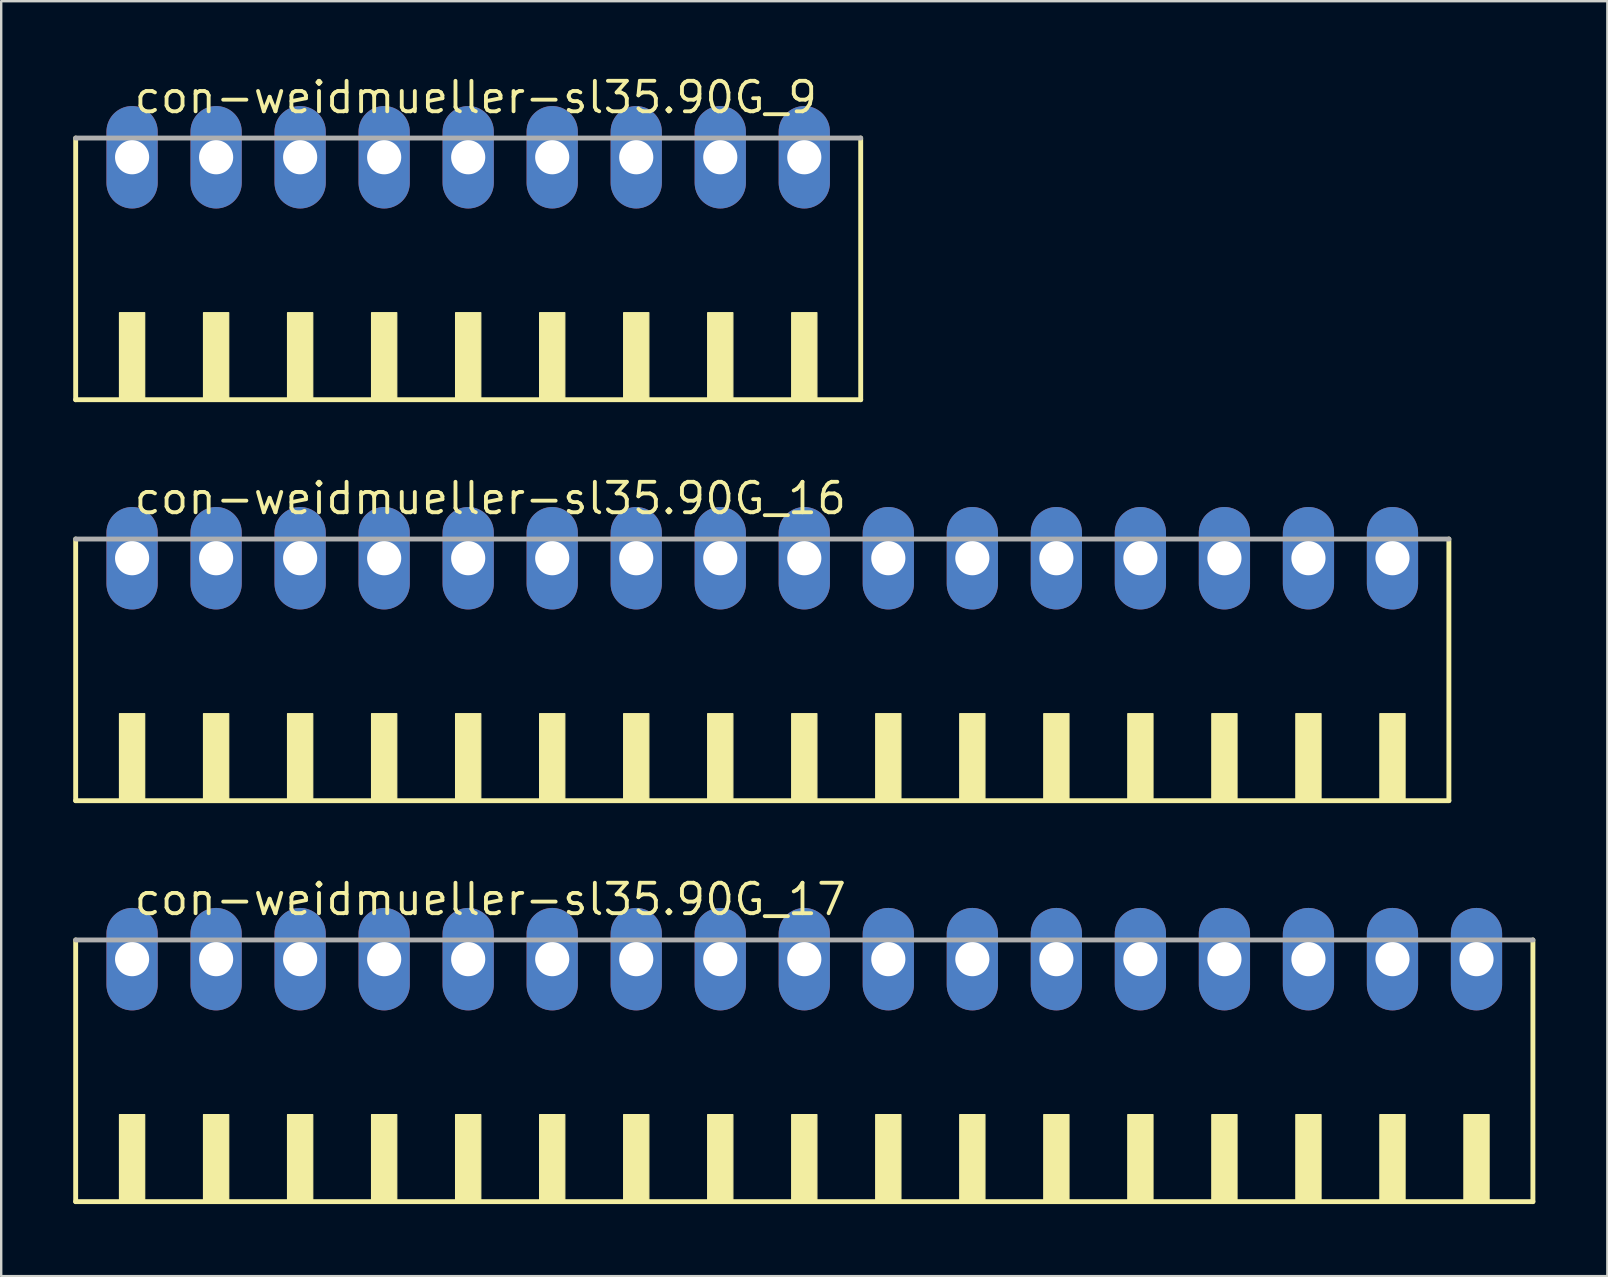
<source format=kicad_pcb>
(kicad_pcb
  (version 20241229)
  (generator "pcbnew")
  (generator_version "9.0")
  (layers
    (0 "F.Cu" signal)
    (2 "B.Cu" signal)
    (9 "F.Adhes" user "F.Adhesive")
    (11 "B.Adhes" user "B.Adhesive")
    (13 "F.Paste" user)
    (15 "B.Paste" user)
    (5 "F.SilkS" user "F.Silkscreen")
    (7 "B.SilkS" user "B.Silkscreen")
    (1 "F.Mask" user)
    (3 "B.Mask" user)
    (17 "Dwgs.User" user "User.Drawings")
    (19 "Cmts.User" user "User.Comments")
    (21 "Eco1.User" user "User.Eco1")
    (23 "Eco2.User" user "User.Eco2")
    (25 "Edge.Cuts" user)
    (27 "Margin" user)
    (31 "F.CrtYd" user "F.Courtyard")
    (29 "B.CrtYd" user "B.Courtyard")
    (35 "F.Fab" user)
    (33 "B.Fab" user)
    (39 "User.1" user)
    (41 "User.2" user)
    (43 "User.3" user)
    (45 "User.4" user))
  (footprint "con-weidmueller-sl35.90G_9"
    (layer "F.Cu")
    (at 16.452 8.75)
    (property "Reference" "con-weidmueller-sl35.90G_9" (at -14 -7 0) (layer "F.SilkS") (effects (font (size 1.27 1.27) (thickness 0.16)) (justify left bottom)))
    (attr through_hole)
    (fp_line (start -16.35 -6.05) (end -16.35 4.85) (stroke (width 0.203) (type default)) (layer "F.SilkS"))
    (fp_line (start -16.35 4.85) (end 16.35 4.85) (stroke (width 0.203) (type default)) (layer "F.SilkS"))
    (fp_line (start 16.35 4.85) (end 16.35 -6.05) (stroke (width 0.203) (type default)) (layer "F.SilkS"))
    (fp_rect (start -14.525 4.9) (end -13.475 1.225) (stroke (width 0.05) (type default)) (fill yes) (layer "F.SilkS"))
    (fp_rect (start -11.025 4.9) (end -9.975 1.225) (stroke (width 0.05) (type default)) (fill yes) (layer "F.SilkS"))
    (fp_rect (start -7.525 4.9) (end -6.475 1.225) (stroke (width 0.05) (type default)) (fill yes) (layer "F.SilkS"))
    (fp_rect (start -4.025 4.9) (end -2.975 1.225) (stroke (width 0.05) (type default)) (fill yes) (layer "F.SilkS"))
    (fp_rect (start -0.525 4.9) (end 0.525 1.225) (stroke (width 0.05) (type default)) (fill yes) (layer "F.SilkS"))
    (fp_rect (start 2.975 4.9) (end 4.025 1.225) (stroke (width 0.05) (type default)) (fill yes) (layer "F.SilkS"))
    (fp_rect (start 6.475 4.9) (end 7.525 1.225) (stroke (width 0.05) (type default)) (fill yes) (layer "F.SilkS"))
    (fp_rect (start 9.975 4.9) (end 11.025 1.225) (stroke (width 0.05) (type default)) (fill yes) (layer "F.SilkS"))
    (fp_rect (start 13.475 4.9) (end 14.525 1.225) (stroke (width 0.05) (type default)) (fill yes) (layer "F.SilkS"))
    (fp_line (start 16.35 -6.05) (end -16.35 -6.05) (stroke (width 0.203) (type default)) (layer "F.Fab"))
    (pad "1" thru_hole oval (at -14 -5.25 90) (size 4.267 2.134) (drill 1.422) (layers "*.Cu" "*.Mask"))
    (pad "2" thru_hole oval (at -10.5 -5.25 90) (size 4.267 2.134) (drill 1.422) (layers "*.Cu" "*.Mask"))
    (pad "3" thru_hole oval (at -7 -5.25 90) (size 4.267 2.134) (drill 1.422) (layers "*.Cu" "*.Mask"))
    (pad "4" thru_hole oval (at -3.5 -5.25 90) (size 4.267 2.134) (drill 1.422) (layers "*.Cu" "*.Mask"))
    (pad "5" thru_hole oval (at 0 -5.25 90) (size 4.267 2.134) (drill 1.422) (layers "*.Cu" "*.Mask"))
    (pad "6" thru_hole oval (at 3.5 -5.25 90) (size 4.267 2.134) (drill 1.422) (layers "*.Cu" "*.Mask"))
    (pad "7" thru_hole oval (at 7 -5.25 90) (size 4.267 2.134) (drill 1.422) (layers "*.Cu" "*.Mask"))
    (pad "8" thru_hole oval (at 10.5 -5.25 90) (size 4.267 2.134) (drill 1.422) (layers "*.Cu" "*.Mask"))
    (pad "9" thru_hole oval (at 14 -5.25 90) (size 4.267 2.134) (drill 1.422) (layers "*.Cu" "*.Mask")))
  (footprint "con-weidmueller-sl35.90G_17"
    (layer "F.Cu")
    (at 30.452 42.153)
    (property "Reference" "con-weidmueller-sl35.90G_17" (at -28 -7 0) (layer "F.SilkS") (effects (font (size 1.27 1.27) (thickness 0.16)) (justify left bottom)))
    (attr through_hole)
    (fp_line (start -30.35 -6.05) (end -30.35 4.85) (stroke (width 0.203) (type default)) (layer "F.SilkS"))
    (fp_line (start -30.35 4.85) (end 30.35 4.85) (stroke (width 0.203) (type default)) (layer "F.SilkS"))
    (fp_line (start 30.35 4.85) (end 30.35 -6.05) (stroke (width 0.203) (type default)) (layer "F.SilkS"))
    (fp_rect (start -28.525 4.9) (end -27.475 1.225) (stroke (width 0.05) (type default)) (fill yes) (layer "F.SilkS"))
    (fp_rect (start -25.025 4.9) (end -23.975 1.225) (stroke (width 0.05) (type default)) (fill yes) (layer "F.SilkS"))
    (fp_rect (start -21.525 4.9) (end -20.475 1.225) (stroke (width 0.05) (type default)) (fill yes) (layer "F.SilkS"))
    (fp_rect (start -18.025 4.9) (end -16.975 1.225) (stroke (width 0.05) (type default)) (fill yes) (layer "F.SilkS"))
    (fp_rect (start -14.525 4.9) (end -13.475 1.225) (stroke (width 0.05) (type default)) (fill yes) (layer "F.SilkS"))
    (fp_rect (start -11.025 4.9) (end -9.975 1.225) (stroke (width 0.05) (type default)) (fill yes) (layer "F.SilkS"))
    (fp_rect (start -7.525 4.9) (end -6.475 1.225) (stroke (width 0.05) (type default)) (fill yes) (layer "F.SilkS"))
    (fp_rect (start -4.025 4.9) (end -2.975 1.225) (stroke (width 0.05) (type default)) (fill yes) (layer "F.SilkS"))
    (fp_rect (start -0.525 4.9) (end 0.525 1.225) (stroke (width 0.05) (type default)) (fill yes) (layer "F.SilkS"))
    (fp_rect (start 2.975 4.9) (end 4.025 1.225) (stroke (width 0.05) (type default)) (fill yes) (layer "F.SilkS"))
    (fp_rect (start 6.475 4.9) (end 7.525 1.225) (stroke (width 0.05) (type default)) (fill yes) (layer "F.SilkS"))
    (fp_rect (start 9.975 4.9) (end 11.025 1.225) (stroke (width 0.05) (type default)) (fill yes) (layer "F.SilkS"))
    (fp_rect (start 13.475 4.9) (end 14.525 1.225) (stroke (width 0.05) (type default)) (fill yes) (layer "F.SilkS"))
    (fp_rect (start 16.975 4.9) (end 18.025 1.225) (stroke (width 0.05) (type default)) (fill yes) (layer "F.SilkS"))
    (fp_rect (start 20.475 4.9) (end 21.525 1.225) (stroke (width 0.05) (type default)) (fill yes) (layer "F.SilkS"))
    (fp_rect (start 23.975 4.9) (end 25.025 1.225) (stroke (width 0.05) (type default)) (fill yes) (layer "F.SilkS"))
    (fp_rect (start 27.475 4.9) (end 28.525 1.225) (stroke (width 0.05) (type default)) (fill yes) (layer "F.SilkS"))
    (fp_line (start 30.35 -6.05) (end -30.35 -6.05) (stroke (width 0.203) (type default)) (layer "F.Fab"))
    (pad "1" thru_hole oval (at -28 -5.25 90) (size 4.267 2.134) (drill 1.422) (layers "*.Cu" "*.Mask"))
    (pad "2" thru_hole oval (at -24.5 -5.25 90) (size 4.267 2.134) (drill 1.422) (layers "*.Cu" "*.Mask"))
    (pad "3" thru_hole oval (at -21 -5.25 90) (size 4.267 2.134) (drill 1.422) (layers "*.Cu" "*.Mask"))
    (pad "4" thru_hole oval (at -17.5 -5.25 90) (size 4.267 2.134) (drill 1.422) (layers "*.Cu" "*.Mask"))
    (pad "5" thru_hole oval (at -14 -5.25 90) (size 4.267 2.134) (drill 1.422) (layers "*.Cu" "*.Mask"))
    (pad "6" thru_hole oval (at -10.5 -5.25 90) (size 4.267 2.134) (drill 1.422) (layers "*.Cu" "*.Mask"))
    (pad "7" thru_hole oval (at -7 -5.25 90) (size 4.267 2.134) (drill 1.422) (layers "*.Cu" "*.Mask"))
    (pad "8" thru_hole oval (at -3.5 -5.25 90) (size 4.267 2.134) (drill 1.422) (layers "*.Cu" "*.Mask"))
    (pad "9" thru_hole oval (at 0 -5.25 90) (size 4.267 2.134) (drill 1.422) (layers "*.Cu" "*.Mask"))
    (pad "10" thru_hole oval (at 3.5 -5.25 90) (size 4.267 2.134) (drill 1.422) (layers "*.Cu" "*.Mask"))
    (pad "11" thru_hole oval (at 7 -5.25 90) (size 4.267 2.134) (drill 1.422) (layers "*.Cu" "*.Mask"))
    (pad "12" thru_hole oval (at 10.5 -5.25 90) (size 4.267 2.134) (drill 1.422) (layers "*.Cu" "*.Mask"))
    (pad "13" thru_hole oval (at 14 -5.25 90) (size 4.267 2.134) (drill 1.422) (layers "*.Cu" "*.Mask"))
    (pad "14" thru_hole oval (at 17.5 -5.25 90) (size 4.267 2.134) (drill 1.422) (layers "*.Cu" "*.Mask"))
    (pad "15" thru_hole oval (at 21 -5.25 90) (size 4.267 2.134) (drill 1.422) (layers "*.Cu" "*.Mask"))
    (pad "16" thru_hole oval (at 24.5 -5.25 90) (size 4.267 2.134) (drill 1.422) (layers "*.Cu" "*.Mask"))
    (pad "17" thru_hole oval (at 28 -5.25 90) (size 4.267 2.134) (drill 1.422) (layers "*.Cu" "*.Mask")))
  (footprint "con-weidmueller-sl35.90G_16"
    (layer "F.Cu")
    (at 28.702 25.452)
    (property "Reference" "con-weidmueller-sl35.90G_16" (at -26.25 -7 0) (layer "F.SilkS") (effects (font (size 1.27 1.27) (thickness 0.16)) (justify left bottom)))
    (attr through_hole)
    (fp_line (start -28.6 -6.05) (end -28.6 4.85) (stroke (width 0.203) (type default)) (layer "F.SilkS"))
    (fp_line (start -28.6 4.85) (end 28.6 4.85) (stroke (width 0.203) (type default)) (layer "F.SilkS"))
    (fp_line (start 28.6 4.85) (end 28.6 -6.05) (stroke (width 0.203) (type default)) (layer "F.SilkS"))
    (fp_rect (start -26.775 4.9) (end -25.725 1.225) (stroke (width 0.05) (type default)) (fill yes) (layer "F.SilkS"))
    (fp_rect (start -23.275 4.9) (end -22.225 1.225) (stroke (width 0.05) (type default)) (fill yes) (layer "F.SilkS"))
    (fp_rect (start -19.775 4.9) (end -18.725 1.225) (stroke (width 0.05) (type default)) (fill yes) (layer "F.SilkS"))
    (fp_rect (start -16.275 4.9) (end -15.225 1.225) (stroke (width 0.05) (type default)) (fill yes) (layer "F.SilkS"))
    (fp_rect (start -12.775 4.9) (end -11.725 1.225) (stroke (width 0.05) (type default)) (fill yes) (layer "F.SilkS"))
    (fp_rect (start -9.275 4.9) (end -8.225 1.225) (stroke (width 0.05) (type default)) (fill yes) (layer "F.SilkS"))
    (fp_rect (start -5.775 4.9) (end -4.725 1.225) (stroke (width 0.05) (type default)) (fill yes) (layer "F.SilkS"))
    (fp_rect (start -2.275 4.9) (end -1.225 1.225) (stroke (width 0.05) (type default)) (fill yes) (layer "F.SilkS"))
    (fp_rect (start 1.225 4.9) (end 2.275 1.225) (stroke (width 0.05) (type default)) (fill yes) (layer "F.SilkS"))
    (fp_rect (start 4.725 4.9) (end 5.775 1.225) (stroke (width 0.05) (type default)) (fill yes) (layer "F.SilkS"))
    (fp_rect (start 8.225 4.9) (end 9.275 1.225) (stroke (width 0.05) (type default)) (fill yes) (layer "F.SilkS"))
    (fp_rect (start 11.725 4.9) (end 12.775 1.225) (stroke (width 0.05) (type default)) (fill yes) (layer "F.SilkS"))
    (fp_rect (start 15.225 4.9) (end 16.275 1.225) (stroke (width 0.05) (type default)) (fill yes) (layer "F.SilkS"))
    (fp_rect (start 18.725 4.9) (end 19.775 1.225) (stroke (width 0.05) (type default)) (fill yes) (layer "F.SilkS"))
    (fp_rect (start 22.225 4.9) (end 23.275 1.225) (stroke (width 0.05) (type default)) (fill yes) (layer "F.SilkS"))
    (fp_rect (start 25.725 4.9) (end 26.775 1.225) (stroke (width 0.05) (type default)) (fill yes) (layer "F.SilkS"))
    (fp_line (start 28.6 -6.05) (end -28.6 -6.05) (stroke (width 0.203) (type default)) (layer "F.Fab"))
    (pad "1" thru_hole oval (at -26.25 -5.25 90) (size 4.267 2.134) (drill 1.422) (layers "*.Cu" "*.Mask"))
    (pad "2" thru_hole oval (at -22.75 -5.25 90) (size 4.267 2.134) (drill 1.422) (layers "*.Cu" "*.Mask"))
    (pad "3" thru_hole oval (at -19.25 -5.25 90) (size 4.267 2.134) (drill 1.422) (layers "*.Cu" "*.Mask"))
    (pad "4" thru_hole oval (at -15.75 -5.25 90) (size 4.267 2.134) (drill 1.422) (layers "*.Cu" "*.Mask"))
    (pad "5" thru_hole oval (at -12.25 -5.25 90) (size 4.267 2.134) (drill 1.422) (layers "*.Cu" "*.Mask"))
    (pad "6" thru_hole oval (at -8.75 -5.25 90) (size 4.267 2.134) (drill 1.422) (layers "*.Cu" "*.Mask"))
    (pad "7" thru_hole oval (at -5.25 -5.25 90) (size 4.267 2.134) (drill 1.422) (layers "*.Cu" "*.Mask"))
    (pad "8" thru_hole oval (at -1.75 -5.25 90) (size 4.267 2.134) (drill 1.422) (layers "*.Cu" "*.Mask"))
    (pad "9" thru_hole oval (at 1.75 -5.25 90) (size 4.267 2.134) (drill 1.422) (layers "*.Cu" "*.Mask"))
    (pad "10" thru_hole oval (at 5.25 -5.25 90) (size 4.267 2.134) (drill 1.422) (layers "*.Cu" "*.Mask"))
    (pad "11" thru_hole oval (at 8.75 -5.25 90) (size 4.267 2.134) (drill 1.422) (layers "*.Cu" "*.Mask"))
    (pad "12" thru_hole oval (at 12.25 -5.25 90) (size 4.267 2.134) (drill 1.422) (layers "*.Cu" "*.Mask"))
    (pad "13" thru_hole oval (at 15.75 -5.25 90) (size 4.267 2.134) (drill 1.422) (layers "*.Cu" "*.Mask"))
    (pad "14" thru_hole oval (at 19.25 -5.25 90) (size 4.267 2.134) (drill 1.422) (layers "*.Cu" "*.Mask"))
    (pad "15" thru_hole oval (at 22.75 -5.25 90) (size 4.267 2.134) (drill 1.422) (layers "*.Cu" "*.Mask"))
    (pad "16" thru_hole oval (at 26.25 -5.25 90) (size 4.267 2.134) (drill 1.422) (layers "*.Cu" "*.Mask")))
  (gr_rect
    (start -3 -3)
    (end 63.903 50.105)
    (stroke (width 0.1) (type default))
    (fill no)
    (layer "Edge.Cuts")))
</source>
